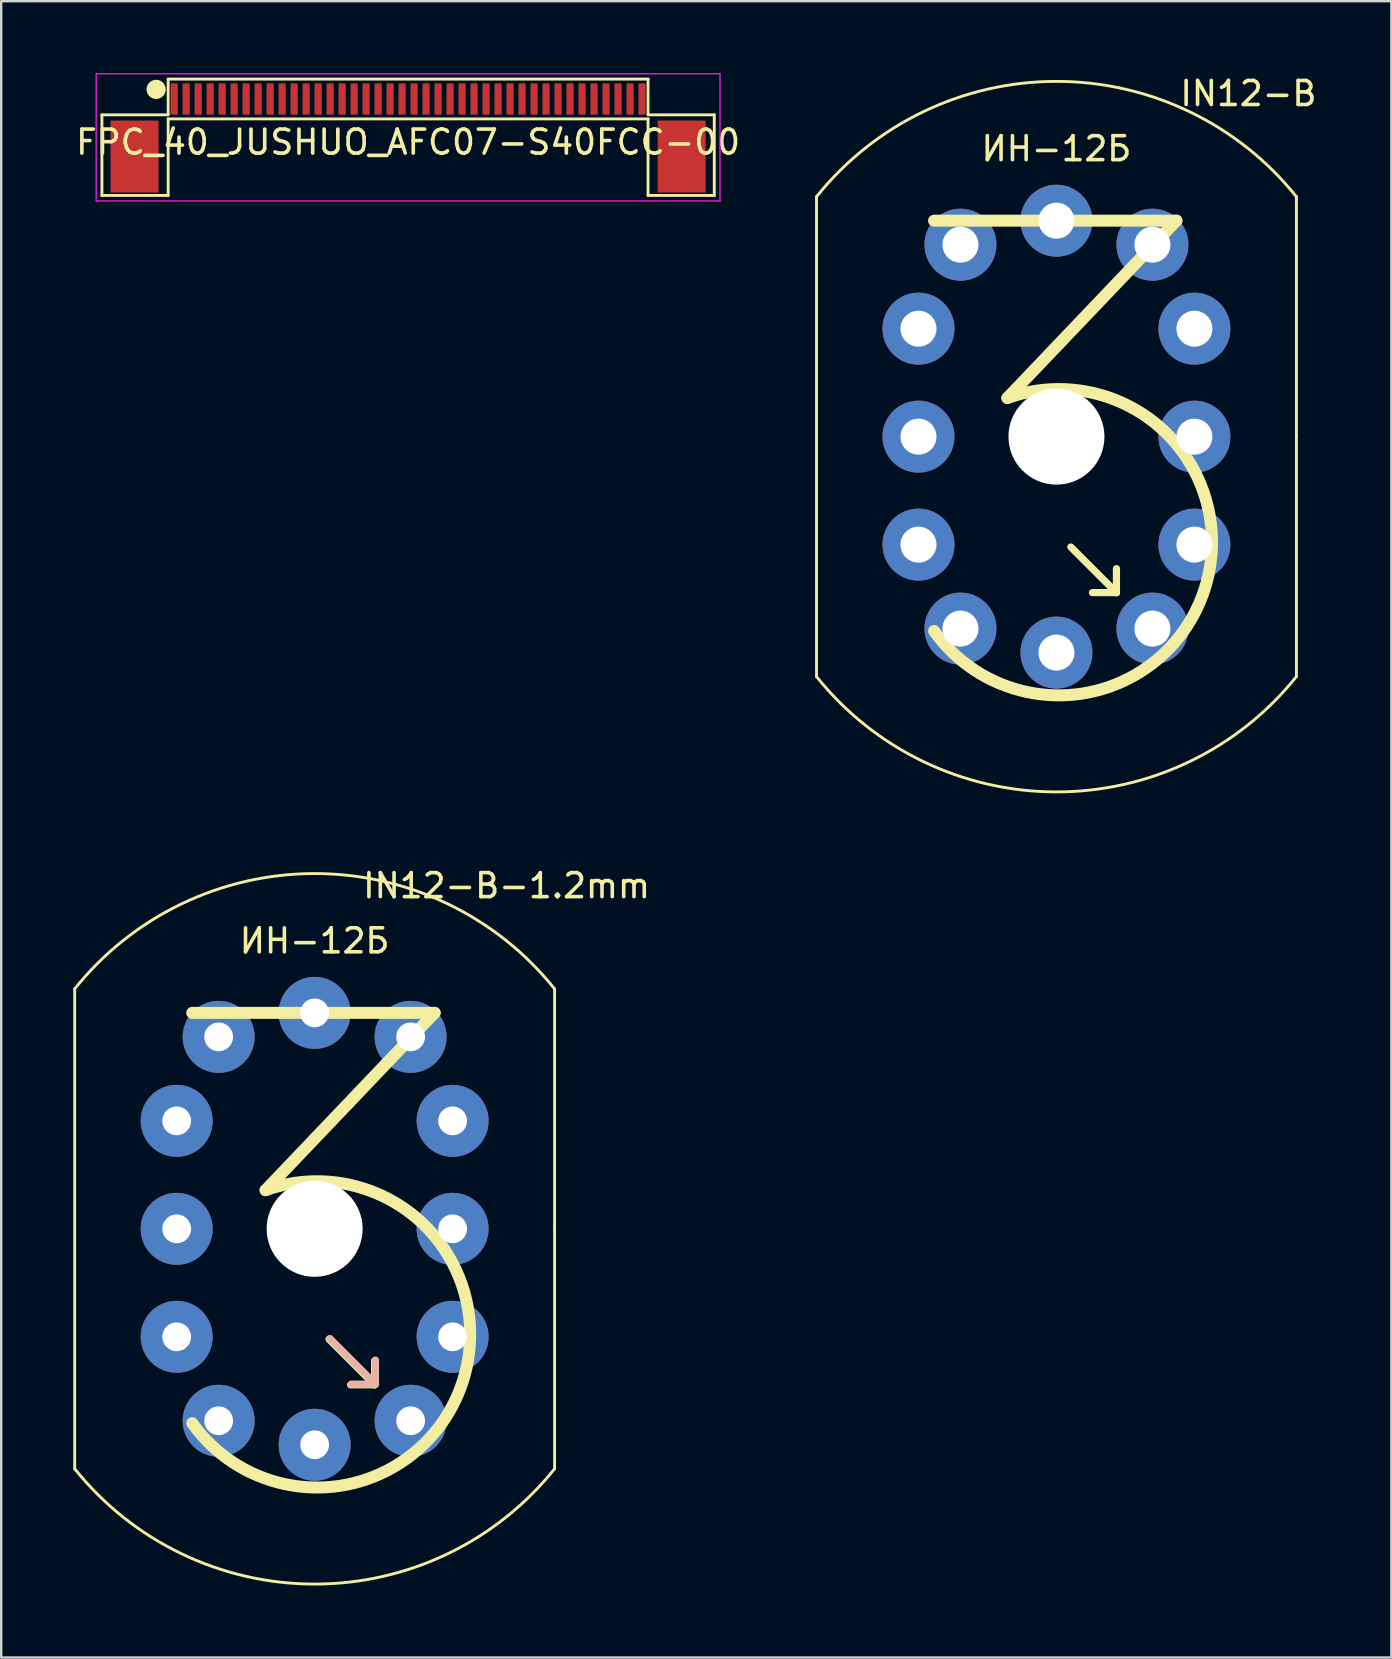
<source format=kicad_pcb>
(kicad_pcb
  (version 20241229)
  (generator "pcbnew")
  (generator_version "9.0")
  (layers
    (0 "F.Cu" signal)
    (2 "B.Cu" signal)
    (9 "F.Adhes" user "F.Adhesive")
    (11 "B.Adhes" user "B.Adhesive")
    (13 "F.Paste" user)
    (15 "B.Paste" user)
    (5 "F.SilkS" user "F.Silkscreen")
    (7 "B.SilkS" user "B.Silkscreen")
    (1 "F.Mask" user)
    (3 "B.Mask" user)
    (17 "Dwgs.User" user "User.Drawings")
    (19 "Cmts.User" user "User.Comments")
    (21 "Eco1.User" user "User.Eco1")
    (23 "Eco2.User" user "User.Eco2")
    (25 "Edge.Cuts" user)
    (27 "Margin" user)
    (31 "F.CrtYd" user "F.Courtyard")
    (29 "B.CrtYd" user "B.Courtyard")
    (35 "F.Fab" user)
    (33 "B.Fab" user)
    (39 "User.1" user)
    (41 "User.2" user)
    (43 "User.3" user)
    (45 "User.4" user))
  (footprint "IN12-B"
    (layer "F.Cu")
    (at 40.979 15.148)
    (property "Reference" "IN12-B" (at 8 -14.3 0) (layer "F.SilkS") (effects (font (size 1 1) (thickness 0.15))))
    (attr through_hole)
    (fp_line (start -10 -10) (end -10 10) (stroke (width 0.12) (type solid)) (layer "F.SilkS"))
    (fp_line (start -5.1 -9) (end 5 -9) (stroke (width 0.5) (type solid)) (layer "F.SilkS"))
    (fp_line (start 2.5 6.5) (end 0.6 4.6) (stroke (width 0.3) (type solid)) (layer "F.SilkS"))
    (fp_line (start 2.5 6.5) (end 1.5 6.5) (stroke (width 0.3) (type solid)) (layer "F.SilkS"))
    (fp_line (start 2.5 6.5) (end 2.5 5.5) (stroke (width 0.3) (type solid)) (layer "F.SilkS"))
    (fp_line (start 5 -9) (end -2.044 -1.611) (stroke (width 0.5) (type solid)) (layer "F.SilkS"))
    (fp_line (start 10 0) (end 10 -10) (stroke (width 0.12) (type solid)) (layer "F.SilkS"))
    (fp_line (start 10 0) (end 10 10) (stroke (width 0.12) (type solid)) (layer "F.SilkS"))
    (fp_arc (start -10.002737 -9.996575) (mid -0.002192 -14.806247) (end 9.999999 -9.999999) (stroke (width 0.12) (type solid)) (layer "F.SilkS"))
    (fp_arc (start -2.044349 -1.610969) (mid 6.187741 6.315566) (end -5.099999 8.099999) (stroke (width 0.5) (type solid)) (layer "F.SilkS"))
    (fp_arc (start 10.002737 9.996575) (mid 0.002192 14.806247) (end -9.999999 9.999999) (stroke (width 0.12) (type solid)) (layer "F.SilkS"))
    (fp_text user "ИН-12Б" (at 0 -12 0) (layer "F.SilkS") (effects (font (size 1 1) (thickness 0.15))))
    (pad "" np_thru_hole circle (at 0 0) (size 4 4) (drill 4) (layers "*.Cu" "*.Mask"))
    (pad "1" thru_hole circle (at 4 8) (size 3 3) (drill 1.5) (layers "*.Cu" "*.Mask"))
    (pad "2" thru_hole circle (at 5.75 4.5) (size 3 3) (drill 1.5) (layers "*.Cu" "*.Mask"))
    (pad "3" thru_hole circle (at 5.75 0) (size 3 3) (drill 1.5) (layers "*.Cu" "*.Mask"))
    (pad "4" thru_hole circle (at 5.75 -4.5) (size 3 3) (drill 1.5) (layers "*.Cu" "*.Mask"))
    (pad "5" thru_hole circle (at 4 -8) (size 3 3) (drill 1.5) (layers "*.Cu" "*.Mask"))
    (pad "6" thru_hole circle (at 0 -9) (size 3 3) (drill 1.5) (layers "*.Cu" "*.Mask"))
    (pad "7" thru_hole circle (at -4 -8) (size 3 3) (drill 1.5) (layers "*.Cu" "*.Mask"))
    (pad "8" thru_hole circle (at -5.75 -4.5) (size 3 3) (drill 1.5) (layers "*.Cu" "*.Mask"))
    (pad "9" thru_hole circle (at -5.75 0) (size 3 3) (drill 1.5) (layers "*.Cu" "*.Mask"))
    (pad "10" thru_hole circle (at -5.75 4.5) (size 3 3) (drill 1.5) (layers "*.Cu" "*.Mask"))
    (pad "11" thru_hole circle (at -4 8) (size 3 3) (drill 1.5) (layers "*.Cu" "*.Mask"))
    (pad "12" thru_hole circle (at 0 9) (size 3 3) (drill 1.5) (layers "*.Cu" "*.Mask")))
  (footprint "FPC_40_JUSHUO_AFC07-S40FCC-00"
    (layer "F.Cu")
    (at 13.958 1.075)
    (property "Reference" "FPC_40_JUSHUO_AFC07-S40FCC-00" (at 0 1.8 0) (layer "F.SilkS") (effects (font (size 1 1) (thickness 0.15))))
    (attr through_hole)
    (fp_line (start -12.76 0.66) (end -10 0.66) (stroke (width 0.12) (type solid)) (layer "F.SilkS"))
    (fp_line (start -12.76 4.02) (end -12.76 0.66) (stroke (width 0.12) (type solid)) (layer "F.SilkS"))
    (fp_line (start -10 -0.83) (end 10 -0.83) (stroke (width 0.12) (type solid)) (layer "F.SilkS"))
    (fp_line (start -10 0.66) (end -10 -0.83) (stroke (width 0.12) (type solid)) (layer "F.SilkS"))
    (fp_line (start -10 0.83) (end -10 4.02) (stroke (width 0.12) (type solid)) (layer "F.SilkS"))
    (fp_line (start -10 0.83) (end 10 0.83) (stroke (width 0.12) (type solid)) (layer "F.SilkS"))
    (fp_line (start -10 4.02) (end -12.76 4.02) (stroke (width 0.12) (type solid)) (layer "F.SilkS"))
    (fp_line (start 10 0.66) (end 10 -0.83) (stroke (width 0.12) (type solid)) (layer "F.SilkS"))
    (fp_line (start 10 0.83) (end 10 4.02) (stroke (width 0.12) (type solid)) (layer "F.SilkS"))
    (fp_line (start 10 4.02) (end 12.76 4.02) (stroke (width 0.12) (type solid)) (layer "F.SilkS"))
    (fp_line (start 12.76 0.66) (end 10 0.66) (stroke (width 0.12) (type solid)) (layer "F.SilkS"))
    (fp_line (start 12.76 4.02) (end 12.76 0.66) (stroke (width 0.12) (type solid)) (layer "F.SilkS"))
    (fp_circle (center -10.5 -0.4) (end -10.3 -0.4) (stroke (width 0.4) (type solid)) (fill no) (layer "F.SilkS"))
    (fp_line (start -13 -1.05) (end -13 4.25) (stroke (width 0.05) (type solid)) (layer "F.CrtYd"))
    (fp_line (start -13 -1.05) (end 13 -1.05) (stroke (width 0.05) (type solid)) (layer "F.CrtYd"))
    (fp_line (start -13 4.25) (end 13 4.25) (stroke (width 0.05) (type solid)) (layer "F.CrtYd"))
    (fp_line (start 13 -1.05) (end 13 4.25) (stroke (width 0.05) (type solid)) (layer "F.CrtYd"))
    (pad "" smd rect (at -11.4 2.4) (size 2 3) (layers "F.Cu" "F.Mask" "F.Paste"))
    (pad "" smd rect (at 11.4 2.4) (size 2 3) (layers "F.Cu" "F.Mask" "F.Paste"))
    (pad "1" smd rect (at -9.75 0) (size 0.3 1.3) (layers "F.Cu" "F.Mask" "F.Paste"))
    (pad "2" smd rect (at -9.25 0) (size 0.3 1.3) (layers "F.Cu" "F.Mask" "F.Paste"))
    (pad "3" smd rect (at -8.75 0) (size 0.3 1.3) (layers "F.Cu" "F.Mask" "F.Paste"))
    (pad "4" smd rect (at -8.25 0) (size 0.3 1.3) (layers "F.Cu" "F.Mask" "F.Paste"))
    (pad "5" smd rect (at -7.75 0) (size 0.3 1.3) (layers "F.Cu" "F.Mask" "F.Paste"))
    (pad "6" smd rect (at -7.25 0) (size 0.3 1.3) (layers "F.Cu" "F.Mask" "F.Paste"))
    (pad "7" smd rect (at -6.75 0) (size 0.3 1.3) (layers "F.Cu" "F.Mask" "F.Paste"))
    (pad "8" smd rect (at -6.25 0) (size 0.3 1.3) (layers "F.Cu" "F.Mask" "F.Paste"))
    (pad "9" smd rect (at -5.75 0) (size 0.3 1.3) (layers "F.Cu" "F.Mask" "F.Paste"))
    (pad "10" smd rect (at -5.25 0) (size 0.3 1.3) (layers "F.Cu" "F.Mask" "F.Paste"))
    (pad "11" smd rect (at -4.75 0) (size 0.3 1.3) (layers "F.Cu" "F.Mask" "F.Paste"))
    (pad "12" smd rect (at -4.25 0) (size 0.3 1.3) (layers "F.Cu" "F.Mask" "F.Paste"))
    (pad "13" smd rect (at -3.75 0) (size 0.3 1.3) (layers "F.Cu" "F.Mask" "F.Paste"))
    (pad "14" smd rect (at -3.25 0) (size 0.3 1.3) (layers "F.Cu" "F.Mask" "F.Paste"))
    (pad "15" smd rect (at -2.75 0) (size 0.3 1.3) (layers "F.Cu" "F.Mask" "F.Paste"))
    (pad "16" smd rect (at -2.25 0) (size 0.3 1.3) (layers "F.Cu" "F.Mask" "F.Paste"))
    (pad "17" smd rect (at -1.75 0) (size 0.3 1.3) (layers "F.Cu" "F.Mask" "F.Paste"))
    (pad "18" smd rect (at -1.25 0) (size 0.3 1.3) (layers "F.Cu" "F.Mask" "F.Paste"))
    (pad "19" smd rect (at -0.75 0) (size 0.3 1.3) (layers "F.Cu" "F.Mask" "F.Paste"))
    (pad "20" smd rect (at -0.25 0) (size 0.3 1.3) (layers "F.Cu" "F.Mask" "F.Paste"))
    (pad "21" smd rect (at 0.25 0) (size 0.3 1.3) (layers "F.Cu" "F.Mask" "F.Paste"))
    (pad "22" smd rect (at 0.75 0) (size 0.3 1.3) (layers "F.Cu" "F.Mask" "F.Paste"))
    (pad "23" smd rect (at 1.25 0) (size 0.3 1.3) (layers "F.Cu" "F.Mask" "F.Paste"))
    (pad "24" smd rect (at 1.75 0) (size 0.3 1.3) (layers "F.Cu" "F.Mask" "F.Paste"))
    (pad "25" smd rect (at 2.25 0) (size 0.3 1.3) (layers "F.Cu" "F.Mask" "F.Paste"))
    (pad "26" smd rect (at 2.75 0) (size 0.3 1.3) (layers "F.Cu" "F.Mask" "F.Paste"))
    (pad "27" smd rect (at 3.25 0) (size 0.3 1.3) (layers "F.Cu" "F.Mask" "F.Paste"))
    (pad "28" smd rect (at 3.75 0) (size 0.3 1.3) (layers "F.Cu" "F.Mask" "F.Paste"))
    (pad "29" smd rect (at 4.25 0) (size 0.3 1.3) (layers "F.Cu" "F.Mask" "F.Paste"))
    (pad "30" smd rect (at 4.75 0) (size 0.3 1.3) (layers "F.Cu" "F.Mask" "F.Paste"))
    (pad "31" smd rect (at 5.25 0) (size 0.3 1.3) (layers "F.Cu" "F.Mask" "F.Paste"))
    (pad "32" smd rect (at 5.75 0) (size 0.3 1.3) (layers "F.Cu" "F.Mask" "F.Paste"))
    (pad "33" smd rect (at 6.25 0) (size 0.3 1.3) (layers "F.Cu" "F.Mask" "F.Paste"))
    (pad "34" smd rect (at 6.75 0) (size 0.3 1.3) (layers "F.Cu" "F.Mask" "F.Paste"))
    (pad "35" smd rect (at 7.25 0) (size 0.3 1.3) (layers "F.Cu" "F.Mask" "F.Paste"))
    (pad "36" smd rect (at 7.75 0) (size 0.3 1.3) (layers "F.Cu" "F.Mask" "F.Paste"))
    (pad "37" smd rect (at 8.25 0) (size 0.3 1.3) (layers "F.Cu" "F.Mask" "F.Paste"))
    (pad "38" smd rect (at 8.75 0) (size 0.3 1.3) (layers "F.Cu" "F.Mask" "F.Paste"))
    (pad "39" smd rect (at 9.25 0) (size 0.3 1.3) (layers "F.Cu" "F.Mask" "F.Paste"))
    (pad "40" smd rect (at 9.75 0) (size 0.3 1.3) (layers "F.Cu" "F.Mask" "F.Paste")))
  (footprint "IN12-B-1.2mm"
    (layer "F.Cu")
    (at 10.063 48.163)
    (property "Reference" "IN12-B-1.2mm" (at 8 -14.3 0) (layer "F.SilkS") (effects (font (size 1 1) (thickness 0.15))))
    (attr through_hole)
    (fp_line (start -10 -10) (end -10 10) (stroke (width 0.12) (type solid)) (layer "F.SilkS"))
    (fp_line (start -5.1 -9) (end 5 -9) (stroke (width 0.5) (type solid)) (layer "F.SilkS"))
    (fp_line (start 2.5 6.5) (end 0.6 4.6) (stroke (width 0.3) (type solid)) (layer "F.SilkS"))
    (fp_line (start 2.5 6.5) (end 1.5 6.5) (stroke (width 0.3) (type solid)) (layer "F.SilkS"))
    (fp_line (start 2.5 6.5) (end 2.5 5.5) (stroke (width 0.3) (type solid)) (layer "F.SilkS"))
    (fp_line (start 5 -9) (end -2.044 -1.611) (stroke (width 0.5) (type solid)) (layer "F.SilkS"))
    (fp_line (start 10 0) (end 10 -10) (stroke (width 0.12) (type solid)) (layer "F.SilkS"))
    (fp_line (start 10 0) (end 10 10) (stroke (width 0.12) (type solid)) (layer "F.SilkS"))
    (fp_arc (start -10.002737 -9.996575) (mid -0.002192 -14.806247) (end 9.999999 -9.999999) (stroke (width 0.12) (type solid)) (layer "F.SilkS"))
    (fp_arc (start -2.044349 -1.610969) (mid 6.187741 6.315566) (end -5.099999 8.099999) (stroke (width 0.5) (type solid)) (layer "F.SilkS"))
    (fp_arc (start 10.002737 9.996575) (mid 0.002192 14.806247) (end -9.999999 9.999999) (stroke (width 0.12) (type solid)) (layer "F.SilkS"))
    (fp_line (start 2.535 6.472) (end 0.635 4.572) (stroke (width 0.3) (type solid)) (layer "B.SilkS"))
    (fp_line (start 2.535 6.472) (end 1.535 6.472) (stroke (width 0.3) (type solid)) (layer "B.SilkS"))
    (fp_line (start 2.535 6.472) (end 2.535 5.472) (stroke (width 0.3) (type solid)) (layer "B.SilkS"))
    (fp_text user "ИН-12Б" (at 0 -12 0) (layer "F.SilkS") (effects (font (size 1 1) (thickness 0.15))))
    (pad "" np_thru_hole circle (at 0 0) (size 4 4) (drill 4) (layers "*.Cu" "*.Mask"))
    (pad "1" thru_hole circle (at 4 8) (size 3 3) (drill 1.2) (layers "*.Cu" "*.Mask"))
    (pad "2" thru_hole circle (at 5.75 4.5) (size 3 3) (drill 1.2) (layers "*.Cu" "*.Mask"))
    (pad "3" thru_hole circle (at 5.75 0) (size 3 3) (drill 1.2) (layers "*.Cu" "*.Mask"))
    (pad "4" thru_hole circle (at 5.75 -4.5) (size 3 3) (drill 1.2) (layers "*.Cu" "*.Mask"))
    (pad "5" thru_hole circle (at 4 -8) (size 3 3) (drill 1.2) (layers "*.Cu" "*.Mask"))
    (pad "6" thru_hole circle (at 0 -9) (size 3 3) (drill 1.2) (layers "*.Cu" "*.Mask"))
    (pad "7" thru_hole circle (at -4 -8) (size 3 3) (drill 1.2) (layers "*.Cu" "*.Mask"))
    (pad "8" thru_hole circle (at -5.75 -4.5) (size 3 3) (drill 1.2) (layers "*.Cu" "*.Mask"))
    (pad "9" thru_hole circle (at -5.75 0) (size 3 3) (drill 1.2) (layers "*.Cu" "*.Mask"))
    (pad "10" thru_hole circle (at -5.75 4.5) (size 3 3) (drill 1.2) (layers "*.Cu" "*.Mask"))
    (pad "11" thru_hole circle (at -4 8) (size 3 3) (drill 1.2) (layers "*.Cu" "*.Mask"))
    (pad "12" thru_hole circle (at 0 9) (size 3 3) (drill 1.2) (layers "*.Cu" "*.Mask")))
  (gr_rect
    (start -3 -3)
    (end 54.938 66.029)
    (stroke (width 0.1) (type default))
    (fill no)
    (layer "Edge.Cuts")))
</source>
